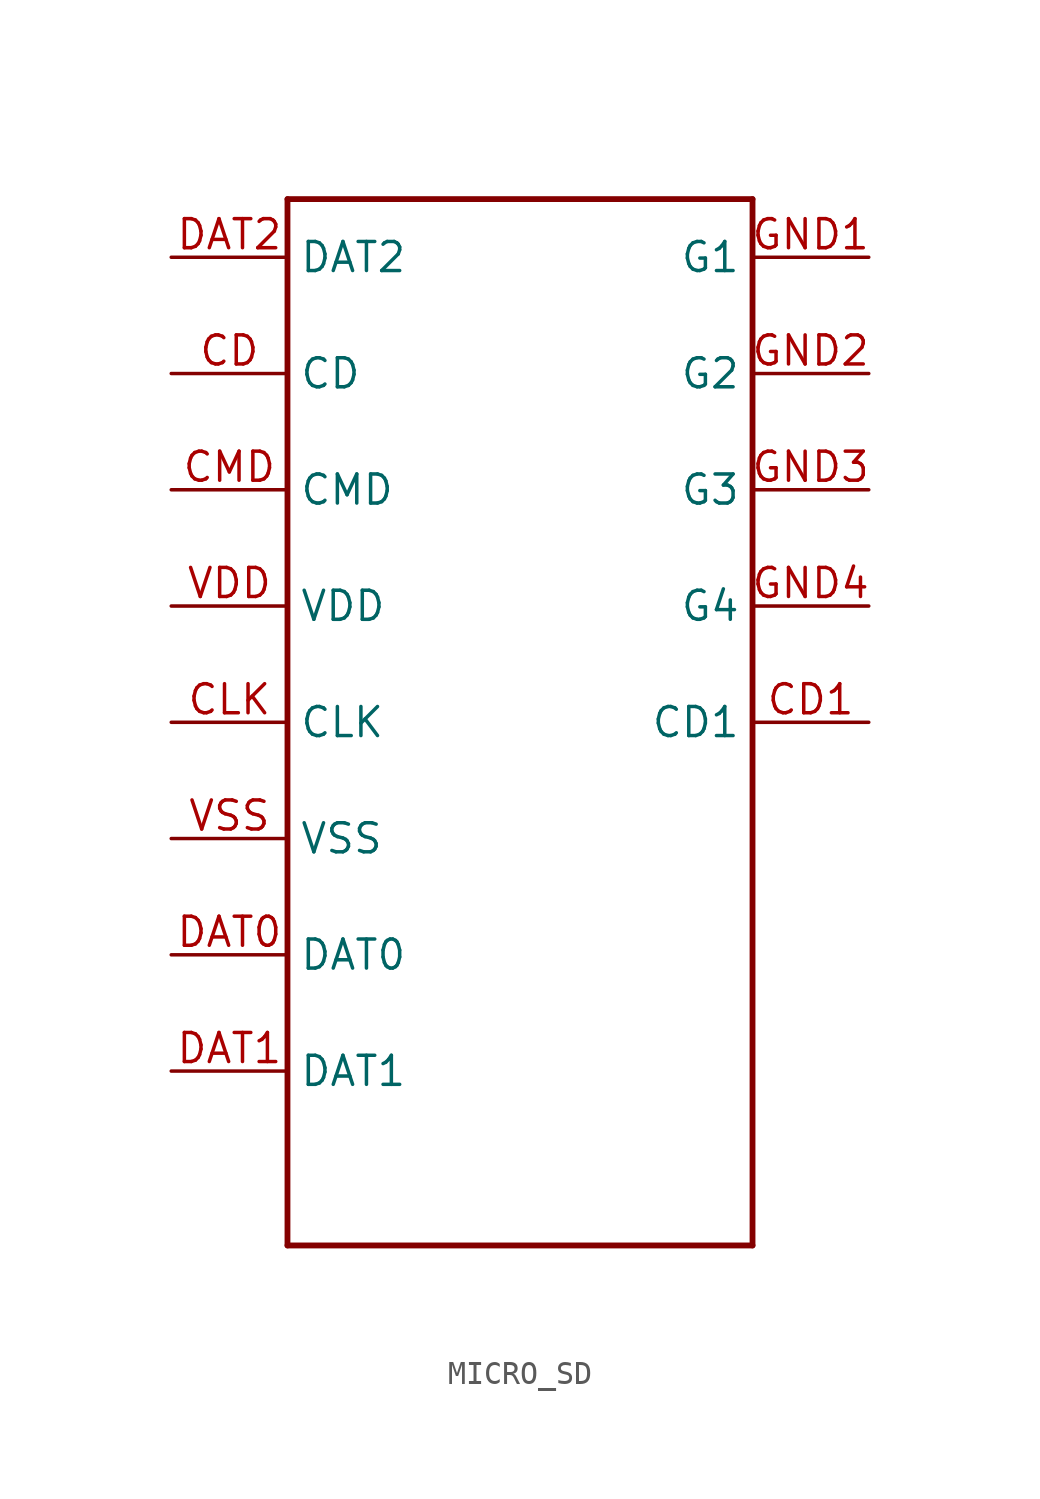
<source format=kicad_sym>
(kicad_symbol_lib
  (version 20220914)
  (generator kicad_symbol_editor)
  (symbol "MICRO_SD"
    (property "Reference" ""
      (at 0 0 0)
      (effects (font (size 1.27 1.27)) hide))
    (property "ki_locked" ""
      (at 0 0 0)
      (effects (font (size 1.27 1.27))))
    (symbol "MICRO_SD_1_0"
      (polyline (pts (xy -10.16 -22.86) (xy -10.16 22.86)) (stroke (width 0.254) (type solid)) (fill (type none)))
      (polyline (pts (xy -10.16 22.86) (xy 10.16 22.86)) (stroke (width 0.254) (type solid)) (fill (type none)))
      (polyline (pts (xy 10.16 -22.86) (xy -10.16 -22.86)) (stroke (width 0.254) (type solid)) (fill (type none)))
      (polyline (pts (xy 10.16 22.86) (xy 10.16 -22.86)) (stroke (width 0.254) (type solid)) (fill (type none)))
      (pin bidirectional line (at -15.24 15.24 0) (length 5.08) (name "CD" (effects (font (size 1.27 1.27)))) (number "CD" (effects (font (size 1.27 1.27)))))
      (pin bidirectional line (at 15.24 0 180) (length 5.08) (name "CD1" (effects (font (size 1.27 1.27)))) (number "CD1" (effects (font (size 1.27 1.27)))))
      (pin bidirectional line (at -15.24 0 0) (length 5.08) (name "CLK" (effects (font (size 1.27 1.27)))) (number "CLK" (effects (font (size 1.27 1.27)))))
      (pin bidirectional line (at -15.24 10.16 0) (length 5.08) (name "CMD" (effects (font (size 1.27 1.27)))) (number "CMD" (effects (font (size 1.27 1.27)))))
      (pin bidirectional line (at -15.24 -10.16 0) (length 5.08) (name "DAT0" (effects (font (size 1.27 1.27)))) (number "DAT0" (effects (font (size 1.27 1.27)))))
      (pin bidirectional line (at -15.24 -15.24 0) (length 5.08) (name "DAT1" (effects (font (size 1.27 1.27)))) (number "DAT1" (effects (font (size 1.27 1.27)))))
      (pin bidirectional line (at -15.24 20.32 0) (length 5.08) (name "DAT2" (effects (font (size 1.27 1.27)))) (number "DAT2" (effects (font (size 1.27 1.27)))))
      (pin bidirectional line (at 15.24 20.32 180) (length 5.08) (name "G1" (effects (font (size 1.27 1.27)))) (number "GND1" (effects (font (size 1.27 1.27)))))
      (pin bidirectional line (at 15.24 15.24 180) (length 5.08) (name "G2" (effects (font (size 1.27 1.27)))) (number "GND2" (effects (font (size 1.27 1.27)))))
      (pin bidirectional line (at 15.24 10.16 180) (length 5.08) (name "G3" (effects (font (size 1.27 1.27)))) (number "GND3" (effects (font (size 1.27 1.27)))))
      (pin bidirectional line (at 15.24 5.08 180) (length 5.08) (name "G4" (effects (font (size 1.27 1.27)))) (number "GND4" (effects (font (size 1.27 1.27)))))
      (pin bidirectional line (at -15.24 5.08 0) (length 5.08) (name "VDD" (effects (font (size 1.27 1.27)))) (number "VDD" (effects (font (size 1.27 1.27)))))
      (pin bidirectional line (at -15.24 -5.08 0) (length 5.08) (name "VSS" (effects (font (size 1.27 1.27)))) (number "VSS" (effects (font (size 1.27 1.27))))))))
</source>
